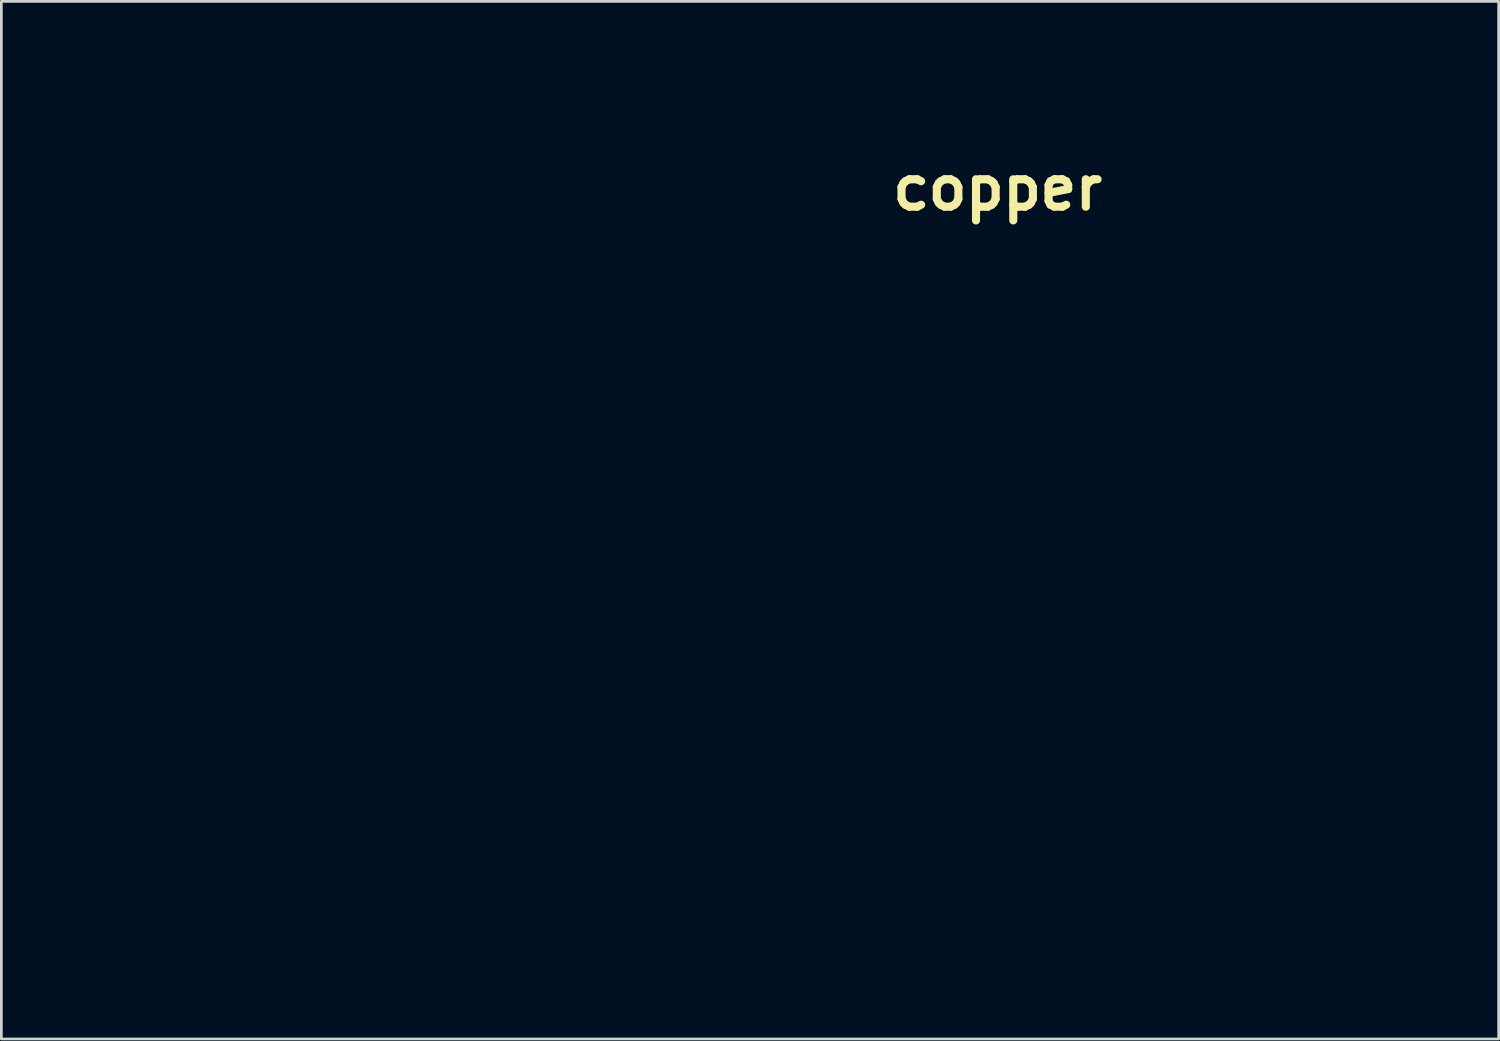
<source format=kicad_pcb>
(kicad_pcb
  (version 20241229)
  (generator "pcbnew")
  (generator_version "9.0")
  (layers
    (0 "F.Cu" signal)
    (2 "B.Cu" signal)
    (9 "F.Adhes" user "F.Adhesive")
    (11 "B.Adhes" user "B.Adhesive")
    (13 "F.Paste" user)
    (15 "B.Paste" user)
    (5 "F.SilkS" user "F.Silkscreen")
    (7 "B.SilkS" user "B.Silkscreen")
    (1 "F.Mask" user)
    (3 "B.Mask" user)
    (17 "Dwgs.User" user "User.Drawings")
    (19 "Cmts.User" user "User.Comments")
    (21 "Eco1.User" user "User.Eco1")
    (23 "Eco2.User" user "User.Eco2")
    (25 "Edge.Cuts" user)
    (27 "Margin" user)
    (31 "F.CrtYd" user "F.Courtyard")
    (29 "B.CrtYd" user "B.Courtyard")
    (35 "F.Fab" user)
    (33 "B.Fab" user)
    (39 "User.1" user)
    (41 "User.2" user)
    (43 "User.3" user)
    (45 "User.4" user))
  (footprint "copper"
    (layer "F.Cu")
    (at 33.877 3.912)
    (property "Reference" "copper" (at 0 0 0) (layer "F.SilkS") (effects (font (size 1.524 1.524) (thickness 0.3))))
    (attr through_hole)
    (fp_poly (pts (xy 0.252 -1.243) (xy 0.55 -1.16) (xy 0.824 -1.01) (xy 1.057 -0.792) (xy 1.235 -0.506) (xy 1.27 -0.419) (xy 1.355 -0.108) (xy 1.358 0.184) (xy 1.279 0.496) (xy 1.267 0.529) (xy 1.134 0.778) (xy 0.938 1.01) (xy 0.707 1.196) (xy 0.47 1.311) (xy 0.469 1.311) (xy 0.224 1.355) (xy -0.061 1.363) (xy -0.334 1.335) (xy -0.457 1.305) (xy -0.659 1.2) (xy -0.867 1.026) (xy -1.053 0.811) (xy -1.192 0.583) (xy -1.24 0.461) (xy -1.299 0.222) (xy -1.316 0.027) (xy -1.289 -0.172) (xy -1.242 -0.349) (xy -1.103 -0.662) (xy -0.9 -0.91) (xy -0.648 -1.092) (xy -0.362 -1.209) (xy -0.057 -1.259) (xy 0.252 -1.243)) (stroke (width 0.01) (type solid)) (fill no) (layer "Eco1.User"))
    (fp_poly (pts (xy 0.534 -3.877) (xy 1.114 -3.755) (xy 1.666 -3.547) (xy 2.18 -3.257) (xy 2.648 -2.89) (xy 3.06 -2.451) (xy 3.406 -1.946) (xy 3.56 -1.651) (xy 3.725 -1.268) (xy 3.836 -0.925) (xy 3.9 -0.583) (xy 3.928 -0.203) (xy 3.93 0) (xy 3.926 0.28) (xy 3.912 0.492) (xy 3.883 0.673) (xy 3.834 0.855) (xy 3.79 0.991) (xy 3.646 1.354) (xy 3.47 1.685) (xy 3.243 2.018) (xy 3.092 2.21) (xy 2.888 2.441) (xy 2.65 2.671) (xy 2.364 2.911) (xy 2.017 3.172) (xy 1.597 3.465) (xy 1.462 3.556) (xy 1.109 3.8) (xy 0.846 4) (xy 0.669 4.159) (xy 0.6 4.242) (xy 0.45 4.538) (xy 0.352 4.914) (xy 0.308 5.363) (xy 0.305 5.517) (xy 0.313 5.741) (xy 0.336 6.01) (xy 0.369 6.301) (xy 0.41 6.592) (xy 0.455 6.859) (xy 0.501 7.08) (xy 0.544 7.231) (xy 0.559 7.265) (xy 0.597 7.321) (xy 0.643 7.328) (xy 0.728 7.282) (xy 0.795 7.237) (xy 0.866 7.191) (xy 0.936 7.157) (xy 1.018 7.134) (xy 1.127 7.122) (xy 1.275 7.119) (xy 1.476 7.126) (xy 1.744 7.143) (xy 2.091 7.168) (xy 2.333 7.186) (xy 2.699 7.216) (xy 2.978 7.246) (xy 3.186 7.28) (xy 3.336 7.325) (xy 3.443 7.384) (xy 3.523 7.464) (xy 3.589 7.569) (xy 3.624 7.636) (xy 3.684 7.745) (xy 3.748 7.801) (xy 3.85 7.821) (xy 3.987 7.823) (xy 4.178 7.81) (xy 4.274 7.769) (xy 4.282 7.755) (xy 4.354 7.679) (xy 4.489 7.603) (xy 4.651 7.544) (xy 4.805 7.519) (xy 4.816 7.518) (xy 4.929 7.531) (xy 5.117 7.566) (xy 5.361 7.617) (xy 5.641 7.682) (xy 5.938 7.754) (xy 6.234 7.829) (xy 6.507 7.902) (xy 6.74 7.968) (xy 6.914 8.023) (xy 7.008 8.062) (xy 7.01 8.063) (xy 7.173 8.2) (xy 7.263 8.367) (xy 7.288 8.467) (xy 7.341 8.598) (xy 7.461 8.709) (xy 7.529 8.752) (xy 7.664 8.825) (xy 7.757 8.849) (xy 7.853 8.828) (xy 7.917 8.803) (xy 8.157 8.756) (xy 8.408 8.8) (xy 8.609 8.904) (xy 8.731 8.995) (xy 8.905 9.131) (xy 9.115 9.299) (xy 9.344 9.485) (xy 9.574 9.675) (xy 9.788 9.855) (xy 9.97 10.011) (xy 10.103 10.128) (xy 10.16 10.184) (xy 10.244 10.301) (xy 10.282 10.444) (xy 10.291 10.583) (xy 10.297 10.737) (xy 10.319 10.816) (xy 10.367 10.843) (xy 10.415 10.846) (xy 10.538 10.797) (xy 10.644 10.652) (xy 10.731 10.418) (xy 10.798 10.098) (xy 10.844 9.7) (xy 10.867 9.226) (xy 10.87 9.017) (xy 10.879 8.478) (xy 10.907 8.015) (xy 10.957 7.606) (xy 11.035 7.225) (xy 11.144 6.848) (xy 11.291 6.452) (xy 11.434 6.114) (xy 11.54 5.86) (xy 11.621 5.633) (xy 11.672 5.457) (xy 11.684 5.37) (xy 11.71 5.222) (xy 11.795 5.153) (xy 11.947 5.156) (xy 11.98 5.163) (xy 12.166 5.238) (xy 12.268 5.345) (xy 12.284 5.468) (xy 12.21 5.589) (xy 12.104 5.664) (xy 11.901 5.826) (xy 11.713 6.087) (xy 11.54 6.445) (xy 11.439 6.723) (xy 11.313 7.159) (xy 11.23 7.564) (xy 11.192 7.925) (xy 11.2 8.23) (xy 11.253 8.467) (xy 11.321 8.588) (xy 11.417 8.653) (xy 11.594 8.704) (xy 11.855 8.742) (xy 12.203 8.768) (xy 12.643 8.781) (xy 13.179 8.782) (xy 13.414 8.779) (xy 13.775 8.772) (xy 14.049 8.764) (xy 14.25 8.754) (xy 14.393 8.739) (xy 14.492 8.719) (xy 14.562 8.692) (xy 14.595 8.672) (xy 14.692 8.616) (xy 14.758 8.619) (xy 14.84 8.688) (xy 14.86 8.708) (xy 14.965 8.859) (xy 14.971 9.007) (xy 14.893 9.146) (xy 14.8 9.261) (xy 14.652 9.155) (xy 14.606 9.126) (xy 14.552 9.102) (xy 14.48 9.083) (xy 14.377 9.069) (xy 14.233 9.058) (xy 14.035 9.05) (xy 13.771 9.044) (xy 13.432 9.039) (xy 13.003 9.034) (xy 12.929 9.033) (xy 11.354 9.017) (xy 11.26 9.208) (xy 11.219 9.327) (xy 11.168 9.523) (xy 11.114 9.771) (xy 11.063 10.048) (xy 11.046 10.148) (xy 10.997 10.429) (xy 10.945 10.689) (xy 10.896 10.905) (xy 10.854 11.052) (xy 10.841 11.084) (xy 10.793 11.238) (xy 10.785 11.372) (xy 10.788 11.389) (xy 10.829 11.477) (xy 10.918 11.624) (xy 11.039 11.808) (xy 11.146 11.961) (xy 11.535 12.572) (xy 11.842 13.211) (xy 12.032 13.741) (xy 12.167 14.126) (xy 12.309 14.44) (xy 12.452 14.676) (xy 12.592 14.822) (xy 12.637 14.85) (xy 12.729 14.881) (xy 12.86 14.895) (xy 13.049 14.895) (xy 13.317 14.879) (xy 13.33 14.878) (xy 13.558 14.863) (xy 13.746 14.855) (xy 13.874 14.853) (xy 13.917 14.858) (xy 13.977 14.866) (xy 14.119 14.875) (xy 14.32 14.884) (xy 14.56 14.891) (xy 14.567 14.891) (xy 14.834 14.895) (xy 15.019 14.892) (xy 15.142 14.879) (xy 15.223 14.855) (xy 15.28 14.818) (xy 15.287 14.812) (xy 15.389 14.753) (xy 15.467 14.75) (xy 15.526 14.82) (xy 15.543 14.944) (xy 15.517 15.082) (xy 15.474 15.165) (xy 15.412 15.227) (xy 15.338 15.227) (xy 15.259 15.196) (xy 15.128 15.158) (xy 14.923 15.125) (xy 14.662 15.097) (xy 14.364 15.076) (xy 14.046 15.062) (xy 13.727 15.054) (xy 13.424 15.054) (xy 13.155 15.063) (xy 12.938 15.079) (xy 12.792 15.105) (xy 12.74 15.129) (xy 12.743 15.189) (xy 12.784 15.316) (xy 12.856 15.486) (xy 12.885 15.547) (xy 12.997 15.787) (xy 13.112 16.051) (xy 13.204 16.28) (xy 13.276 16.462) (xy 13.343 16.582) (xy 13.43 16.667) (xy 13.564 16.744) (xy 13.716 16.815) (xy 13.78 16.889) (xy 13.808 16.978) (xy 13.777 17.107) (xy 13.67 17.235) (xy 13.513 17.341) (xy 13.334 17.403) (xy 13.154 17.417) (xy 13.046 17.374) (xy 13.005 17.264) (xy 13.026 17.081) (xy 13.055 16.971) (xy 13.071 16.774) (xy 13.032 16.517) (xy 12.949 16.22) (xy 12.83 15.902) (xy 12.683 15.583) (xy 12.519 15.283) (xy 12.345 15.021) (xy 12.172 14.817) (xy 12.009 14.691) (xy 11.937 14.659) (xy 11.875 14.662) (xy 11.801 14.709) (xy 11.692 14.813) (xy 11.614 14.893) (xy 11.383 15.182) (xy 11.168 15.548) (xy 10.975 15.969) (xy 10.816 16.421) (xy 10.7 16.88) (xy 10.635 17.323) (xy 10.633 17.357) (xy 10.621 17.578) (xy 10.626 17.732) (xy 10.653 17.852) (xy 10.706 17.97) (xy 10.708 17.974) (xy 10.77 18.102) (xy 10.785 18.175) (xy 10.755 18.229) (xy 10.724 18.258) (xy 10.595 18.32) (xy 10.424 18.338) (xy 10.258 18.312) (xy 10.142 18.246) (xy 10.067 18.102) (xy 10.084 17.961) (xy 10.183 17.853) (xy 10.245 17.804) (xy 10.298 17.736) (xy 10.345 17.634) (xy 10.393 17.484) (xy 10.446 17.27) (xy 10.511 16.975) (xy 10.535 16.866) (xy 10.694 16.233) (xy 10.888 15.679) (xy 11.124 15.184) (xy 11.263 14.948) (xy 11.431 14.677) (xy 11.548 14.469) (xy 11.623 14.302) (xy 11.665 14.157) (xy 11.682 14.013) (xy 11.684 13.93) (xy 11.644 13.599) (xy 11.527 13.217) (xy 11.338 12.793) (xy 11.083 12.337) (xy 10.765 11.859) (xy 10.39 11.367) (xy 10.293 11.25) (xy 10.182 11.124) (xy 10.104 11.065) (xy 10.033 11.059) (xy 9.978 11.076) (xy 9.73 11.122) (xy 9.492 11.067) (xy 9.409 11.023) (xy 9.285 10.939) (xy 9.109 10.809) (xy 8.897 10.646) (xy 8.664 10.462) (xy 8.426 10.27) (xy 8.197 10.082) (xy 7.994 9.91) (xy 7.832 9.768) (xy 7.725 9.666) (xy 7.694 9.63) (xy 7.63 9.492) (xy 7.587 9.325) (xy 7.585 9.309) (xy 7.547 9.165) (xy 7.462 9.066) (xy 7.373 9.01) (xy 7.252 8.946) (xy 7.173 8.932) (xy 7.089 8.967) (xy 7.036 8.999) (xy 6.858 9.067) (xy 6.655 9.091) (xy 6.517 9.078) (xy 6.307 9.043) (xy 6.047 8.992) (xy 5.754 8.929) (xy 5.45 8.858) (xy 5.153 8.785) (xy 4.884 8.713) (xy 4.662 8.648) (xy 4.507 8.595) (xy 4.45 8.568) (xy 4.333 8.458) (xy 4.236 8.316) (xy 4.233 8.309) (xy 4.174 8.207) (xy 4.099 8.151) (xy 3.974 8.123) (xy 3.892 8.115) (xy 3.726 8.106) (xy 3.62 8.128) (xy 3.533 8.189) (xy 3.512 8.21) (xy 3.429 8.281) (xy 3.335 8.334) (xy 3.217 8.37) (xy 3.059 8.39) (xy 2.849 8.395) (xy 2.572 8.387) (xy 2.215 8.367) (xy 2.007 8.354) (xy 1.602 8.324) (xy 1.286 8.293) (xy 1.047 8.26) (xy 0.873 8.221) (xy 0.752 8.174) (xy 0.671 8.117) (xy 0.623 8.052) (xy 0.548 8.002) (xy 0.381 7.964) (xy 0.194 7.943) (xy -0.004 7.929) (xy -0.125 7.93) (xy -0.194 7.95) (xy -0.235 7.993) (xy -0.25 8.019) (xy -0.3 8.099) (xy -0.364 8.161) (xy -0.454 8.207) (xy -0.581 8.24) (xy -0.758 8.26) (xy -0.998 8.271) (xy -1.311 8.274) (xy -1.712 8.272) (xy -1.812 8.27) (xy -3.009 8.255) (xy -3.174 8.065) (xy -3.286 7.948) (xy -3.387 7.892) (xy -3.526 7.875) (xy -3.59 7.874) (xy -3.751 7.882) (xy -3.851 7.918) (xy -3.934 7.999) (xy -3.958 8.031) (xy -4.031 8.119) (xy -4.114 8.187) (xy -4.221 8.24) (xy -4.365 8.279) (xy -4.56 8.308) (xy -4.819 8.329) (xy -5.156 8.346) (xy -5.464 8.358) (xy -5.861 8.369) (xy -6.17 8.373) (xy -6.404 8.367) (xy -6.578 8.347) (xy -6.705 8.314) (xy -6.799 8.263) (xy -6.874 8.193) (xy -6.927 8.123) (xy -6.979 8.064) (xy -7.048 8.037) (xy -7.163 8.037) (xy -7.312 8.051) (xy -7.491 8.078) (xy -7.598 8.114) (xy -7.663 8.174) (xy -7.695 8.228) (xy -7.747 8.307) (xy -7.821 8.374) (xy -7.93 8.434) (xy -8.085 8.49) (xy -8.299 8.547) (xy -8.584 8.609) (xy -8.952 8.679) (xy -9.144 8.714) (xy -9.494 8.777) (xy -9.759 8.822) (xy -9.953 8.852) (xy -10.093 8.867) (xy -10.192 8.868) (xy -10.267 8.857) (xy -10.33 8.836) (xy -10.363 8.821) (xy -10.502 8.752) (xy -10.61 8.689) (xy -10.62 8.681) (xy -10.697 8.653) (xy -10.816 8.663) (xy -10.976 8.704) (xy -11.141 8.761) (xy -11.24 8.823) (xy -11.305 8.918) (xy -11.335 8.985) (xy -11.419 9.134) (xy -11.522 9.25) (xy -11.545 9.268) (xy -11.658 9.33) (xy -11.839 9.418) (xy -12.072 9.524) (xy -12.339 9.641) (xy -12.622 9.761) (xy -12.904 9.878) (xy -13.167 9.983) (xy -13.394 10.07) (xy -13.567 10.131) (xy -13.67 10.159) (xy -13.68 10.16) (xy -13.83 10.136) (xy -13.972 10.083) (xy -14.054 10.046) (xy -14.126 10.04) (xy -14.215 10.072) (xy -14.35 10.15) (xy -14.426 10.197) (xy -14.588 10.303) (xy -14.68 10.381) (xy -14.721 10.456) (xy -14.732 10.551) (xy -14.732 10.566) (xy -14.759 10.732) (xy -14.821 10.878) (xy -14.886 10.949) (xy -15.014 11.07) (xy -15.192 11.23) (xy -15.405 11.414) (xy -15.636 11.611) (xy -15.871 11.808) (xy -16.095 11.992) (xy -16.293 12.15) (xy -16.449 12.27) (xy -16.549 12.338) (xy -16.556 12.342) (xy -16.678 12.377) (xy -16.842 12.39) (xy -16.895 12.389) (xy -17.036 12.389) (xy -17.141 12.422) (xy -17.252 12.506) (xy -17.321 12.571) (xy -17.438 12.695) (xy -17.498 12.797) (xy -17.518 12.923) (xy -17.519 13.039) (xy -17.543 13.294) (xy -17.605 13.45) (xy -17.696 13.581) (xy -17.829 13.76) (xy -17.993 13.974) (xy -18.175 14.207) (xy -18.364 14.444) (xy -18.549 14.672) (xy -18.717 14.875) (xy -18.857 15.039) (xy -18.958 15.15) (xy -19.003 15.191) (xy -19.122 15.232) (xy -19.277 15.26) (xy -19.293 15.262) (xy -19.432 15.292) (xy -19.541 15.372) (xy -19.625 15.475) (xy -19.733 15.618) (xy -19.834 15.741) (xy -19.863 15.773) (xy -19.912 15.832) (xy -19.924 15.888) (xy -19.895 15.967) (xy -19.818 16.096) (xy -19.782 16.154) (xy -19.562 16.595) (xy -19.423 17.094) (xy -19.362 17.644) (xy -19.382 18.238) (xy -19.482 18.872) (xy -19.643 19.475) (xy -19.889 20.144) (xy -20.219 20.859) (xy -20.63 21.616) (xy -21.119 22.41) (xy -21.682 23.235) (xy -22.317 24.086) (xy -23.021 24.959) (xy -23.243 25.222) (xy -23.434 25.44) (xy -23.672 25.701) (xy -23.947 25.997) (xy -24.248 26.314) (xy -24.565 26.643) (xy -24.886 26.972) (xy -25.201 27.291) (xy -25.499 27.589) (xy -25.769 27.854) (xy -26.001 28.075) (xy -26.184 28.242) (xy -26.292 28.333) (xy -26.499 28.492) (xy -29.442 25.549) (xy -29.896 25.096) (xy -30.33 24.664) (xy -30.739 24.258) (xy -31.117 23.885) (xy -31.459 23.549) (xy -31.759 23.255) (xy -32.012 23.01) (xy -32.213 22.818) (xy -32.355 22.684) (xy -32.434 22.615) (xy -32.448 22.606) (xy -32.507 22.566) (xy -32.512 22.542) (xy -32.546 22.487) (xy -32.642 22.374) (xy -32.789 22.214) (xy -32.974 22.02) (xy -33.187 21.804) (xy -33.199 21.792) (xy -33.412 21.576) (xy -33.597 21.381) (xy -33.743 21.221) (xy -33.838 21.106) (xy -33.872 21.049) (xy -33.872 21.048) (xy -33.829 20.974) (xy -33.724 20.84) (xy -33.568 20.658) (xy -33.372 20.439) (xy -33.146 20.194) (xy -32.902 19.935) (xy -32.648 19.674) (xy -32.397 19.423) (xy -32.295 19.323) (xy -31.293 18.403) (xy -30.283 17.579) (xy -29.256 16.845) (xy -28.202 16.194) (xy -27.115 15.623) (xy -27.06 15.596) (xy -26.201 15.216) (xy -25.386 14.921) (xy -24.61 14.711) (xy -23.865 14.584) (xy -23.145 14.537) (xy -22.764 14.544) (xy -22.154 14.609) (xy -21.607 14.743) (xy -21.106 14.951) (xy -20.635 15.241) (xy -20.435 15.394) (xy -20.119 15.649) (xy -19.933 15.367) (xy -19.833 15.21) (xy -19.785 15.105) (xy -19.781 15.026) (xy -19.804 14.957) (xy -19.851 14.837) (xy -19.871 14.721) (xy -19.859 14.599) (xy -19.81 14.459) (xy -19.718 14.29) (xy -19.579 14.082) (xy -19.386 13.822) (xy -19.134 13.5) (xy -19.037 13.378) (xy -18.811 13.098) (xy -18.634 12.888) (xy -18.494 12.74) (xy -18.379 12.641) (xy -18.276 12.583) (xy -18.173 12.556) (xy -18.057 12.548) (xy -18.038 12.548) (xy -17.894 12.539) (xy -17.786 12.502) (xy -17.676 12.417) (xy -17.587 12.33) (xy -17.465 12.197) (xy -17.401 12.091) (xy -17.377 11.971) (xy -17.374 11.854) (xy -17.37 11.737) (xy -17.352 11.637) (xy -17.311 11.541) (xy -17.236 11.437) (xy -17.118 11.314) (xy -16.947 11.16) (xy -16.714 10.963) (xy -16.497 10.785) (xy -16.173 10.52) (xy -15.914 10.314) (xy -15.711 10.163) (xy -15.551 10.06) (xy -15.423 9.999) (xy -15.316 9.973) (xy -15.219 9.978) (xy -15.121 10.006) (xy -15.073 10.025) (xy -14.979 10.059) (xy -14.899 10.063) (xy -14.803 10.03) (xy -14.662 9.953) (xy -14.591 9.912) (xy -14.413 9.799) (xy -14.314 9.711) (xy -14.277 9.631) (xy -14.276 9.611) (xy -14.233 9.426) (xy -14.125 9.237) (xy -13.995 9.102) (xy -13.909 9.051) (xy -13.745 8.968) (xy -13.522 8.863) (xy -13.257 8.744) (xy -12.967 8.617) (xy -12.961 8.615) (xy -12.585 8.459) (xy -12.288 8.345) (xy -12.054 8.271) (xy -11.871 8.235) (xy -11.724 8.233) (xy -11.602 8.264) (xy -11.49 8.325) (xy -11.469 8.339) (xy -11.375 8.4) (xy -11.293 8.424) (xy -11.186 8.413) (xy -11.032 8.376) (xy -10.868 8.327) (xy -10.775 8.276) (xy -10.727 8.202) (xy -10.708 8.141) (xy -10.665 8.021) (xy -10.597 7.923) (xy -10.492 7.84) (xy -10.338 7.768) (xy -10.122 7.701) (xy -9.834 7.634) (xy -9.461 7.563) (xy -9.311 7.536) (xy -8.904 7.467) (xy -8.584 7.419) (xy -8.336 7.394) (xy -8.148 7.39) (xy -8.007 7.409) (xy -7.899 7.45) (xy -7.81 7.515) (xy -7.76 7.566) (xy -7.662 7.661) (xy -7.559 7.707) (xy -7.41 7.721) (xy -7.357 7.722) (xy -7.205 7.716) (xy -7.1 7.688) (xy -7.006 7.617) (xy -6.886 7.488) (xy -6.68 7.254) (xy -6.198 7.205) (xy -5.965 7.188) (xy -5.665 7.177) (xy -5.334 7.17) (xy -5.006 7.171) (xy -4.934 7.172) (xy -4.154 7.188) (xy -3.989 7.379) (xy -3.877 7.496) (xy -3.775 7.552) (xy -3.637 7.569) (xy -3.574 7.569) (xy -3.417 7.562) (xy -3.324 7.529) (xy -3.258 7.456) (xy -3.238 7.423) (xy -3.172 7.326) (xy -3.096 7.252) (xy -2.995 7.196) (xy -2.857 7.158) (xy -2.669 7.134) (xy -2.419 7.121) (xy -2.092 7.118) (xy -1.68 7.122) (xy -1.315 7.127) (xy -1.038 7.133) (xy -0.833 7.141) (xy -0.687 7.153) (xy -0.584 7.169) (xy -0.511 7.193) (xy -0.452 7.224) (xy -0.404 7.258) (xy -0.314 7.317) (xy -0.248 7.335) (xy -0.203 7.302) (xy -0.176 7.208) (xy -0.165 7.043) (xy -0.166 6.797) (xy -0.178 6.46) (xy -0.178 6.452) (xy -0.211 5.891) (xy -0.261 5.419) (xy -0.33 5.027) (xy -0.419 4.704) (xy -0.502 4.496) (xy -0.575 4.351) (xy -0.65 4.227) (xy -0.741 4.112) (xy -0.861 3.994) (xy -1.023 3.86) (xy -1.239 3.7) (xy -1.522 3.499) (xy -1.641 3.416) (xy -2.198 3.006) (xy -2.664 2.61) (xy -3.045 2.222) (xy -3.349 1.833) (xy -3.582 1.434) (xy -3.751 1.018) (xy -3.768 0.965) (xy -3.825 0.756) (xy -3.861 0.554) (xy -3.879 0.324) (xy -3.885 0.031) (xy -3.885 0) (xy -3.87 -0.413) (xy -3.835 -0.687) (xy -2.591 -0.687) (xy -2.551 -0.628) (xy -2.448 -0.537) (xy -2.311 -0.438) (xy -2.032 -0.253) (xy -2.032 0.357) (xy -2.311 0.536) (xy -2.455 0.637) (xy -2.556 0.727) (xy -2.591 0.783) (xy -2.57 0.882) (xy -2.516 1.023) (xy -2.444 1.176) (xy -2.368 1.312) (xy -2.304 1.402) (xy -2.274 1.422) (xy -2.192 1.41) (xy -2.047 1.381) (xy -1.921 1.353) (xy -1.632 1.285) (xy -1.42 1.501) (xy -1.208 1.717) (xy -1.288 2.063) (xy -1.325 2.235) (xy -1.35 2.36) (xy -1.357 2.414) (xy -1.356 2.415) (xy -1.274 2.453) (xy -1.14 2.511) (xy -0.985 2.577) (xy -0.838 2.636) (xy -0.732 2.678) (xy -0.697 2.689) (xy -0.652 2.651) (xy -0.573 2.547) (xy -0.475 2.4) (xy -0.468 2.39) (xy -0.279 2.087) (xy 0.026 2.085) (xy 0.332 2.083) (xy 0.498 2.36) (xy 0.591 2.509) (xy 0.667 2.619) (xy 0.706 2.664) (xy 0.764 2.657) (xy 0.886 2.622) (xy 1.042 2.57) (xy 1.2 2.513) (xy 1.331 2.459) (xy 1.405 2.421) (xy 1.407 2.419) (xy 1.402 2.369) (xy 1.378 2.246) (xy 1.341 2.075) (xy 1.338 2.063) (xy 1.259 1.717) (xy 1.471 1.501) (xy 1.683 1.285) (xy 1.972 1.353) (xy 2.14 1.39) (xy 2.273 1.415) (xy 2.327 1.422) (xy 2.378 1.379) (xy 2.448 1.271) (xy 2.524 1.125) (xy 2.591 0.973) (xy 2.633 0.843) (xy 2.642 0.788) (xy 2.602 0.724) (xy 2.497 0.631) (xy 2.362 0.536) (xy 2.083 0.357) (xy 2.083 -0.256) (xy 2.381 -0.449) (xy 2.68 -0.642) (xy 2.558 -0.942) (xy 2.488 -1.105) (xy 2.426 -1.231) (xy 2.391 -1.286) (xy 2.32 -1.3) (xy 2.176 -1.287) (xy 2.016 -1.256) (xy 1.686 -1.181) (xy 1.472 -1.398) (xy 1.259 -1.615) (xy 1.338 -1.961) (xy 1.376 -2.134) (xy 1.401 -2.261) (xy 1.407 -2.317) (xy 1.407 -2.317) (xy 1.34 -2.354) (xy 1.212 -2.406) (xy 1.055 -2.464) (xy 0.898 -2.517) (xy 0.772 -2.553) (xy 0.708 -2.563) (xy 0.706 -2.562) (xy 0.66 -2.508) (xy 0.58 -2.392) (xy 0.498 -2.259) (xy 0.332 -1.981) (xy 0.026 -1.982) (xy -0.279 -1.983) (xy -0.432 -2.24) (xy -0.524 -2.388) (xy -0.602 -2.501) (xy -0.64 -2.544) (xy -0.721 -2.552) (xy -0.876 -2.512) (xy -1.021 -2.458) (xy -1.184 -2.392) (xy -1.304 -2.341) (xy -1.356 -2.318) (xy -1.356 -2.317) (xy -1.351 -2.267) (xy -1.327 -2.144) (xy -1.29 -1.974) (xy -1.288 -1.961) (xy -1.208 -1.615) (xy -1.422 -1.397) (xy -1.636 -1.18) (xy -1.923 -1.249) (xy -2.09 -1.286) (xy -2.221 -1.312) (xy -2.274 -1.319) (xy -2.322 -1.277) (xy -2.392 -1.17) (xy -2.468 -1.026) (xy -2.536 -0.875) (xy -2.581 -0.746) (xy -2.591 -0.687) (xy -3.835 -0.687) (xy -3.824 -0.769) (xy -3.737 -1.103) (xy -3.599 -1.454) (xy -3.483 -1.702) (xy -3.157 -2.255) (xy -2.762 -2.735) (xy -2.301 -3.138) (xy -1.779 -3.462) (xy -1.201 -3.703) (xy -0.669 -3.84) (xy -0.063 -3.907) (xy 0.534 -3.877)) (stroke (width 0.01) (type solid)) (fill no) (layer "Eco1.User")))
  (gr_rect
    (start -3 -3)
    (end 52.425 35.409)
    (stroke (width 0.1) (type default))
    (fill no)
    (layer "Edge.Cuts")))
</source>
